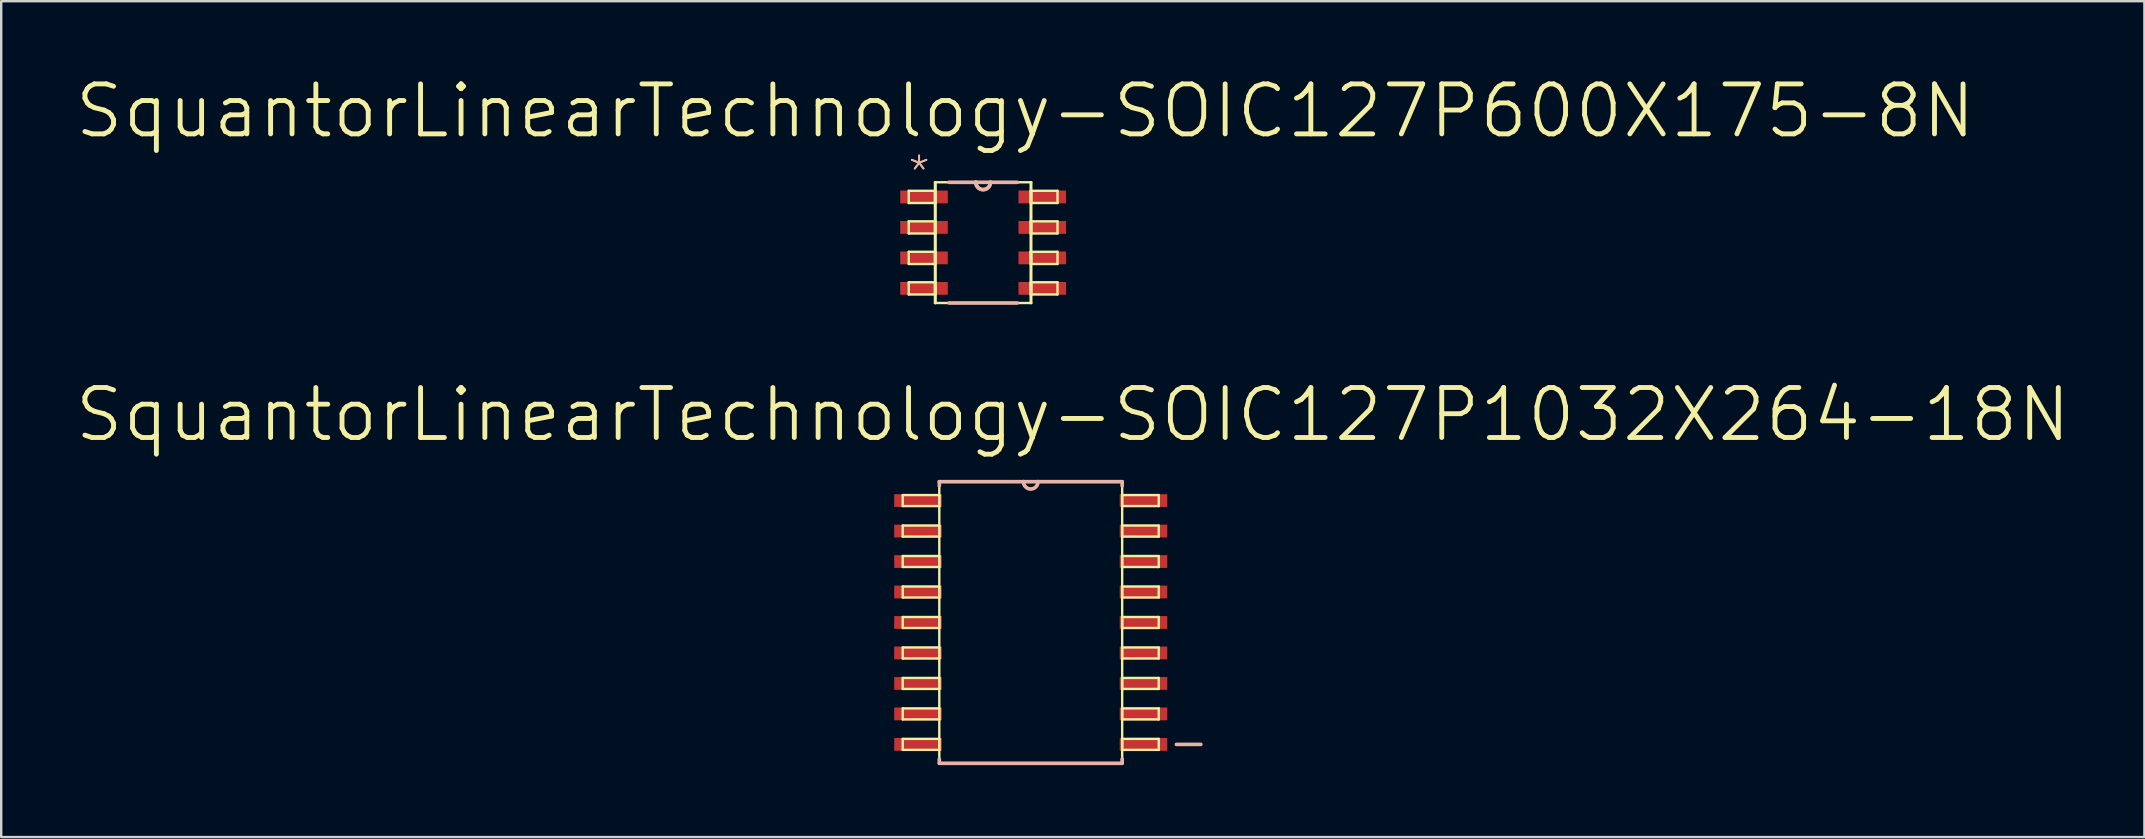
<source format=kicad_pcb>
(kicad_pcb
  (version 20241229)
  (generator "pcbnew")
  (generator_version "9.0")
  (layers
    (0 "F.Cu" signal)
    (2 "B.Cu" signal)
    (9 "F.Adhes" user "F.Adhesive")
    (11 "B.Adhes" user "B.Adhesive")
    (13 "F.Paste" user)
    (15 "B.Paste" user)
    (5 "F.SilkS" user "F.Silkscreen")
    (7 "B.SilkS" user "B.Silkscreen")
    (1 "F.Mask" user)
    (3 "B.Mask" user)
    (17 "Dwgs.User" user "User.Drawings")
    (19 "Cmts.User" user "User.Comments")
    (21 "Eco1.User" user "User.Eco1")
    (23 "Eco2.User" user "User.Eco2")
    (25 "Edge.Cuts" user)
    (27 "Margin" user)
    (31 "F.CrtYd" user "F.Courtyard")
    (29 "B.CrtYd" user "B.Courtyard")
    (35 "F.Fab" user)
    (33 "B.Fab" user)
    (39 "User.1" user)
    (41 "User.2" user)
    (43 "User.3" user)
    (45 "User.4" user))
  (footprint "SquantorLinearTechnology-SOIC127P1032X264-18N"
    (layer "F.Cu")
    (at 39.901 22.889)
    (property "Reference" "SquantorLinearTechnology-SOIC127P1032X264-18N" (at 1.753 -8.661 0) (layer "F.SilkS") (effects (font (size 2.083 2.083) (thickness 0.203))))
    (attr smd)
    (fp_line (start -5.334 -5.309) (end -5.334 -4.851) (stroke (width 0.1) (type solid)) (layer "F.SilkS"))
    (fp_line (start -5.334 -4.851) (end -3.81 -4.851) (stroke (width 0.1) (type solid)) (layer "F.SilkS"))
    (fp_line (start -5.334 -4.039) (end -5.334 -3.579) (stroke (width 0.1) (type solid)) (layer "F.SilkS"))
    (fp_line (start -5.334 -3.579) (end -3.81 -3.579) (stroke (width 0.1) (type solid)) (layer "F.SilkS"))
    (fp_line (start -5.334 -2.769) (end -5.334 -2.311) (stroke (width 0.1) (type solid)) (layer "F.SilkS"))
    (fp_line (start -5.334 -2.311) (end -3.81 -2.311) (stroke (width 0.1) (type solid)) (layer "F.SilkS"))
    (fp_line (start -5.334 -1.499) (end -5.334 -1.041) (stroke (width 0.1) (type solid)) (layer "F.SilkS"))
    (fp_line (start -5.334 -1.041) (end -3.81 -1.041) (stroke (width 0.1) (type solid)) (layer "F.SilkS"))
    (fp_line (start -5.334 -0.229) (end -5.334 0.229) (stroke (width 0.1) (type solid)) (layer "F.SilkS"))
    (fp_line (start -5.334 0.229) (end -3.81 0.229) (stroke (width 0.1) (type solid)) (layer "F.SilkS"))
    (fp_line (start -5.334 1.041) (end -5.334 1.499) (stroke (width 0.1) (type solid)) (layer "F.SilkS"))
    (fp_line (start -5.334 1.499) (end -3.81 1.499) (stroke (width 0.1) (type solid)) (layer "F.SilkS"))
    (fp_line (start -5.334 2.311) (end -5.334 2.769) (stroke (width 0.1) (type solid)) (layer "F.SilkS"))
    (fp_line (start -5.334 2.769) (end -3.81 2.769) (stroke (width 0.1) (type solid)) (layer "F.SilkS"))
    (fp_line (start -5.334 3.579) (end -5.334 4.039) (stroke (width 0.1) (type solid)) (layer "F.SilkS"))
    (fp_line (start -5.334 4.039) (end -3.81 4.039) (stroke (width 0.1) (type solid)) (layer "F.SilkS"))
    (fp_line (start -5.334 4.851) (end -5.334 5.309) (stroke (width 0.1) (type solid)) (layer "F.SilkS"))
    (fp_line (start -5.334 5.309) (end -3.81 5.309) (stroke (width 0.1) (type solid)) (layer "F.SilkS"))
    (fp_line (start -3.81 -5.867) (end -3.81 5.867) (stroke (width 0.1) (type solid)) (layer "F.SilkS"))
    (fp_line (start -3.81 -5.309) (end -5.334 -5.309) (stroke (width 0.1) (type solid)) (layer "F.SilkS"))
    (fp_line (start -3.81 -4.851) (end -3.81 -5.309) (stroke (width 0.1) (type solid)) (layer "F.SilkS"))
    (fp_line (start -3.81 -4.039) (end -5.334 -4.039) (stroke (width 0.1) (type solid)) (layer "F.SilkS"))
    (fp_line (start -3.81 -3.579) (end -3.81 -4.039) (stroke (width 0.1) (type solid)) (layer "F.SilkS"))
    (fp_line (start -3.81 -2.769) (end -5.334 -2.769) (stroke (width 0.1) (type solid)) (layer "F.SilkS"))
    (fp_line (start -3.81 -2.311) (end -3.81 -2.769) (stroke (width 0.1) (type solid)) (layer "F.SilkS"))
    (fp_line (start -3.81 -1.499) (end -5.334 -1.499) (stroke (width 0.1) (type solid)) (layer "F.SilkS"))
    (fp_line (start -3.81 -1.041) (end -3.81 -1.499) (stroke (width 0.1) (type solid)) (layer "F.SilkS"))
    (fp_line (start -3.81 -0.229) (end -5.334 -0.229) (stroke (width 0.1) (type solid)) (layer "F.SilkS"))
    (fp_line (start -3.81 0.229) (end -3.81 -0.229) (stroke (width 0.1) (type solid)) (layer "F.SilkS"))
    (fp_line (start -3.81 1.041) (end -5.334 1.041) (stroke (width 0.1) (type solid)) (layer "F.SilkS"))
    (fp_line (start -3.81 1.499) (end -3.81 1.041) (stroke (width 0.1) (type solid)) (layer "F.SilkS"))
    (fp_line (start -3.81 2.311) (end -5.334 2.311) (stroke (width 0.1) (type solid)) (layer "F.SilkS"))
    (fp_line (start -3.81 2.769) (end -3.81 2.311) (stroke (width 0.1) (type solid)) (layer "F.SilkS"))
    (fp_line (start -3.81 3.579) (end -5.334 3.579) (stroke (width 0.1) (type solid)) (layer "F.SilkS"))
    (fp_line (start -3.81 4.039) (end -3.81 3.579) (stroke (width 0.1) (type solid)) (layer "F.SilkS"))
    (fp_line (start -3.81 4.851) (end -5.334 4.851) (stroke (width 0.1) (type solid)) (layer "F.SilkS"))
    (fp_line (start -3.81 5.309) (end -3.81 4.851) (stroke (width 0.1) (type solid)) (layer "F.SilkS"))
    (fp_line (start -3.81 5.867) (end 3.81 5.867) (stroke (width 0.1) (type solid)) (layer "F.SilkS"))
    (fp_line (start -0.305 -5.867) (end -3.81 -5.867) (stroke (width 0.1) (type solid)) (layer "F.SilkS"))
    (fp_line (start 0.305 -5.867) (end -0.305 -5.867) (stroke (width 0.1) (type solid)) (layer "F.SilkS"))
    (fp_line (start 3.81 -5.867) (end 0.305 -5.867) (stroke (width 0.1) (type solid)) (layer "F.SilkS"))
    (fp_line (start 3.81 -5.309) (end 3.81 -4.851) (stroke (width 0.1) (type solid)) (layer "F.SilkS"))
    (fp_line (start 3.81 -4.851) (end 5.334 -4.851) (stroke (width 0.1) (type solid)) (layer "F.SilkS"))
    (fp_line (start 3.81 -4.039) (end 3.81 -3.579) (stroke (width 0.1) (type solid)) (layer "F.SilkS"))
    (fp_line (start 3.81 -3.579) (end 5.334 -3.579) (stroke (width 0.1) (type solid)) (layer "F.SilkS"))
    (fp_line (start 3.81 -2.769) (end 3.81 -2.311) (stroke (width 0.1) (type solid)) (layer "F.SilkS"))
    (fp_line (start 3.81 -2.311) (end 5.334 -2.311) (stroke (width 0.1) (type solid)) (layer "F.SilkS"))
    (fp_line (start 3.81 -1.499) (end 3.81 -1.041) (stroke (width 0.1) (type solid)) (layer "F.SilkS"))
    (fp_line (start 3.81 -1.041) (end 5.334 -1.041) (stroke (width 0.1) (type solid)) (layer "F.SilkS"))
    (fp_line (start 3.81 -0.229) (end 3.81 0.229) (stroke (width 0.1) (type solid)) (layer "F.SilkS"))
    (fp_line (start 3.81 0.229) (end 5.334 0.229) (stroke (width 0.1) (type solid)) (layer "F.SilkS"))
    (fp_line (start 3.81 1.041) (end 3.81 1.499) (stroke (width 0.1) (type solid)) (layer "F.SilkS"))
    (fp_line (start 3.81 1.499) (end 5.334 1.499) (stroke (width 0.1) (type solid)) (layer "F.SilkS"))
    (fp_line (start 3.81 2.311) (end 3.81 2.769) (stroke (width 0.1) (type solid)) (layer "F.SilkS"))
    (fp_line (start 3.81 2.769) (end 5.334 2.769) (stroke (width 0.1) (type solid)) (layer "F.SilkS"))
    (fp_line (start 3.81 3.579) (end 3.81 4.039) (stroke (width 0.1) (type solid)) (layer "F.SilkS"))
    (fp_line (start 3.81 4.039) (end 5.334 4.039) (stroke (width 0.1) (type solid)) (layer "F.SilkS"))
    (fp_line (start 3.81 4.851) (end 3.81 5.309) (stroke (width 0.1) (type solid)) (layer "F.SilkS"))
    (fp_line (start 3.81 5.309) (end 5.334 5.309) (stroke (width 0.1) (type solid)) (layer "F.SilkS"))
    (fp_line (start 3.81 5.867) (end 3.81 -5.867) (stroke (width 0.1) (type solid)) (layer "F.SilkS"))
    (fp_line (start 5.334 -5.309) (end 3.81 -5.309) (stroke (width 0.1) (type solid)) (layer "F.SilkS"))
    (fp_line (start 5.334 -4.851) (end 5.334 -5.309) (stroke (width 0.1) (type solid)) (layer "F.SilkS"))
    (fp_line (start 5.334 -4.039) (end 3.81 -4.039) (stroke (width 0.1) (type solid)) (layer "F.SilkS"))
    (fp_line (start 5.334 -3.579) (end 5.334 -4.039) (stroke (width 0.1) (type solid)) (layer "F.SilkS"))
    (fp_line (start 5.334 -2.769) (end 3.81 -2.769) (stroke (width 0.1) (type solid)) (layer "F.SilkS"))
    (fp_line (start 5.334 -2.311) (end 5.334 -2.769) (stroke (width 0.1) (type solid)) (layer "F.SilkS"))
    (fp_line (start 5.334 -1.499) (end 3.81 -1.499) (stroke (width 0.1) (type solid)) (layer "F.SilkS"))
    (fp_line (start 5.334 -1.041) (end 5.334 -1.499) (stroke (width 0.1) (type solid)) (layer "F.SilkS"))
    (fp_line (start 5.334 -0.229) (end 3.81 -0.229) (stroke (width 0.1) (type solid)) (layer "F.SilkS"))
    (fp_line (start 5.334 0.229) (end 5.334 -0.229) (stroke (width 0.1) (type solid)) (layer "F.SilkS"))
    (fp_line (start 5.334 1.041) (end 3.81 1.041) (stroke (width 0.1) (type solid)) (layer "F.SilkS"))
    (fp_line (start 5.334 1.499) (end 5.334 1.041) (stroke (width 0.1) (type solid)) (layer "F.SilkS"))
    (fp_line (start 5.334 2.311) (end 3.81 2.311) (stroke (width 0.1) (type solid)) (layer "F.SilkS"))
    (fp_line (start 5.334 2.769) (end 5.334 2.311) (stroke (width 0.1) (type solid)) (layer "F.SilkS"))
    (fp_line (start 5.334 3.579) (end 3.81 3.579) (stroke (width 0.1) (type solid)) (layer "F.SilkS"))
    (fp_line (start 5.334 4.039) (end 5.334 3.579) (stroke (width 0.1) (type solid)) (layer "F.SilkS"))
    (fp_line (start 5.334 4.851) (end 3.81 4.851) (stroke (width 0.1) (type solid)) (layer "F.SilkS"))
    (fp_line (start 5.334 5.309) (end 5.334 4.851) (stroke (width 0.1) (type solid)) (layer "F.SilkS"))
    (fp_arc (start 0.3048 -5.8674) (mid 0 -5.5626) (end -0.3048 -5.8674) (stroke (width 0.1) (type solid)) (layer "F.SilkS"))
    (fp_line (start -3.81 -5.867) (end -3.81 -5.69) (stroke (width 0.152) (type solid)) (layer "B.SilkS"))
    (fp_line (start -3.81 5.69) (end -3.81 5.867) (stroke (width 0.152) (type solid)) (layer "B.SilkS"))
    (fp_line (start -3.81 5.867) (end 3.81 5.867) (stroke (width 0.152) (type solid)) (layer "B.SilkS"))
    (fp_line (start -0.305 -5.867) (end -3.81 -5.867) (stroke (width 0.152) (type solid)) (layer "B.SilkS"))
    (fp_line (start 0.305 -5.867) (end -0.305 -5.867) (stroke (width 0.152) (type solid)) (layer "B.SilkS"))
    (fp_line (start 3.81 -5.867) (end 0.305 -5.867) (stroke (width 0.152) (type solid)) (layer "B.SilkS"))
    (fp_line (start 3.81 -5.69) (end 3.81 -5.867) (stroke (width 0.152) (type solid)) (layer "B.SilkS"))
    (fp_line (start 3.81 5.867) (end 3.81 5.69) (stroke (width 0.152) (type solid)) (layer "B.SilkS"))
    (fp_line (start 6.071 5.08) (end 7.087 5.08) (stroke (width 0.152) (type solid)) (layer "B.SilkS"))
    (fp_arc (start 0.3048 -5.8674) (mid 0 -5.5626) (end -0.3048 -5.8674) (stroke (width 0.1524) (type solid)) (layer "B.SilkS"))
    (pad "1" smd rect (at -4.699 -5.08) (size 1.981 0.533) (layers "F.Cu" "F.Mask" "F.Paste"))
    (pad "2" smd rect (at -4.699 -3.81) (size 1.981 0.533) (layers "F.Cu" "F.Mask" "F.Paste"))
    (pad "3" smd rect (at -4.699 -2.54) (size 1.981 0.533) (layers "F.Cu" "F.Mask" "F.Paste"))
    (pad "4" smd rect (at -4.699 -1.27) (size 1.981 0.533) (layers "F.Cu" "F.Mask" "F.Paste"))
    (pad "5" smd rect (at -4.699 0) (size 1.981 0.533) (layers "F.Cu" "F.Mask" "F.Paste"))
    (pad "6" smd rect (at -4.699 1.27) (size 1.981 0.533) (layers "F.Cu" "F.Mask" "F.Paste"))
    (pad "7" smd rect (at -4.699 2.54) (size 1.981 0.533) (layers "F.Cu" "F.Mask" "F.Paste"))
    (pad "8" smd rect (at -4.699 3.81) (size 1.981 0.533) (layers "F.Cu" "F.Mask" "F.Paste"))
    (pad "9" smd rect (at -4.699 5.08) (size 1.981 0.533) (layers "F.Cu" "F.Mask" "F.Paste"))
    (pad "10" smd rect (at 4.699 5.08) (size 1.981 0.533) (layers "F.Cu" "F.Mask" "F.Paste"))
    (pad "11" smd rect (at 4.699 3.81) (size 1.981 0.533) (layers "F.Cu" "F.Mask" "F.Paste"))
    (pad "12" smd rect (at 4.699 2.54) (size 1.981 0.533) (layers "F.Cu" "F.Mask" "F.Paste"))
    (pad "13" smd rect (at 4.699 1.27) (size 1.981 0.533) (layers "F.Cu" "F.Mask" "F.Paste"))
    (pad "14" smd rect (at 4.699 0) (size 1.981 0.533) (layers "F.Cu" "F.Mask" "F.Paste"))
    (pad "15" smd rect (at 4.699 -1.27) (size 1.981 0.533) (layers "F.Cu" "F.Mask" "F.Paste"))
    (pad "16" smd rect (at 4.699 -2.54) (size 1.981 0.533) (layers "F.Cu" "F.Mask" "F.Paste"))
    (pad "17" smd rect (at 4.699 -3.81) (size 1.981 0.533) (layers "F.Cu" "F.Mask" "F.Paste"))
    (pad "18" smd rect (at 4.699 -5.08) (size 1.981 0.533) (layers "F.Cu" "F.Mask" "F.Paste")))
  (footprint "SquantorLinearTechnology-SOIC127P600X175-8N"
    (layer "F.Cu")
    (at 37.917 7.061)
    (property "Reference" "SquantorLinearTechnology-SOIC127P600X175-8N" (at 1.753 -5.486 0) (layer "F.SilkS") (effects (font (size 2.083 2.083) (thickness 0.203))))
    (attr smd)
    (fp_line (start -3.099 -2.159) (end -3.099 -1.651) (stroke (width 0.1) (type solid)) (layer "F.SilkS"))
    (fp_line (start -3.099 -1.651) (end -2.007 -1.651) (stroke (width 0.1) (type solid)) (layer "F.SilkS"))
    (fp_line (start -3.099 -0.889) (end -3.099 -0.381) (stroke (width 0.1) (type solid)) (layer "F.SilkS"))
    (fp_line (start -3.099 -0.381) (end -2.007 -0.381) (stroke (width 0.1) (type solid)) (layer "F.SilkS"))
    (fp_line (start -3.099 0.381) (end -3.099 0.889) (stroke (width 0.1) (type solid)) (layer "F.SilkS"))
    (fp_line (start -3.099 0.889) (end -2.007 0.889) (stroke (width 0.1) (type solid)) (layer "F.SilkS"))
    (fp_line (start -3.099 1.651) (end -3.099 2.159) (stroke (width 0.1) (type solid)) (layer "F.SilkS"))
    (fp_line (start -3.099 2.159) (end -2.007 2.159) (stroke (width 0.1) (type solid)) (layer "F.SilkS"))
    (fp_line (start -2.007 -2.515) (end -2.007 2.515) (stroke (width 0.1) (type solid)) (layer "F.SilkS"))
    (fp_line (start -2.007 -2.159) (end -3.099 -2.159) (stroke (width 0.1) (type solid)) (layer "F.SilkS"))
    (fp_line (start -2.007 -1.651) (end -2.007 -2.159) (stroke (width 0.1) (type solid)) (layer "F.SilkS"))
    (fp_line (start -2.007 -1.651) (end -1.981 -1.651) (stroke (width 0.1) (type solid)) (layer "F.SilkS"))
    (fp_line (start -2.007 -0.889) (end -3.099 -0.889) (stroke (width 0.1) (type solid)) (layer "F.SilkS"))
    (fp_line (start -2.007 -0.381) (end -2.007 -0.889) (stroke (width 0.1) (type solid)) (layer "F.SilkS"))
    (fp_line (start -2.007 -0.381) (end -1.981 -0.381) (stroke (width 0.1) (type solid)) (layer "F.SilkS"))
    (fp_line (start -2.007 0.381) (end -3.099 0.381) (stroke (width 0.1) (type solid)) (layer "F.SilkS"))
    (fp_line (start -2.007 0.889) (end -2.007 0.381) (stroke (width 0.1) (type solid)) (layer "F.SilkS"))
    (fp_line (start -2.007 0.889) (end -1.981 0.889) (stroke (width 0.1) (type solid)) (layer "F.SilkS"))
    (fp_line (start -2.007 1.651) (end -3.099 1.651) (stroke (width 0.1) (type solid)) (layer "F.SilkS"))
    (fp_line (start -2.007 2.159) (end -2.007 1.651) (stroke (width 0.1) (type solid)) (layer "F.SilkS"))
    (fp_line (start -2.007 2.159) (end -1.981 2.159) (stroke (width 0.1) (type solid)) (layer "F.SilkS"))
    (fp_line (start -2.007 2.515) (end -1.981 2.515) (stroke (width 0.1) (type solid)) (layer "F.SilkS"))
    (fp_line (start -1.981 -2.515) (end -2.007 -2.515) (stroke (width 0.1) (type solid)) (layer "F.SilkS"))
    (fp_line (start -1.981 -2.515) (end -1.981 2.515) (stroke (width 0.1) (type solid)) (layer "F.SilkS"))
    (fp_line (start -1.981 -2.159) (end -2.007 -2.159) (stroke (width 0.1) (type solid)) (layer "F.SilkS"))
    (fp_line (start -1.981 -1.651) (end -1.981 -2.159) (stroke (width 0.1) (type solid)) (layer "F.SilkS"))
    (fp_line (start -1.981 -0.889) (end -2.007 -0.889) (stroke (width 0.1) (type solid)) (layer "F.SilkS"))
    (fp_line (start -1.981 -0.381) (end -1.981 -0.889) (stroke (width 0.1) (type solid)) (layer "F.SilkS"))
    (fp_line (start -1.981 0.381) (end -2.007 0.381) (stroke (width 0.1) (type solid)) (layer "F.SilkS"))
    (fp_line (start -1.981 0.889) (end -1.981 0.381) (stroke (width 0.1) (type solid)) (layer "F.SilkS"))
    (fp_line (start -1.981 1.651) (end -2.007 1.651) (stroke (width 0.1) (type solid)) (layer "F.SilkS"))
    (fp_line (start -1.981 2.159) (end -1.981 1.651) (stroke (width 0.1) (type solid)) (layer "F.SilkS"))
    (fp_line (start -1.981 2.515) (end 1.981 2.515) (stroke (width 0.1) (type solid)) (layer "F.SilkS"))
    (fp_line (start -0.305 -2.515) (end -1.981 -2.515) (stroke (width 0.1) (type solid)) (layer "F.SilkS"))
    (fp_line (start 0.305 -2.515) (end -0.305 -2.515) (stroke (width 0.1) (type solid)) (layer "F.SilkS"))
    (fp_line (start 1.981 -2.515) (end 0.305 -2.515) (stroke (width 0.1) (type solid)) (layer "F.SilkS"))
    (fp_line (start 1.981 -2.159) (end 1.981 -1.651) (stroke (width 0.1) (type solid)) (layer "F.SilkS"))
    (fp_line (start 1.981 -1.651) (end 2.007 -1.651) (stroke (width 0.1) (type solid)) (layer "F.SilkS"))
    (fp_line (start 1.981 -0.889) (end 1.981 -0.381) (stroke (width 0.1) (type solid)) (layer "F.SilkS"))
    (fp_line (start 1.981 -0.381) (end 2.007 -0.381) (stroke (width 0.1) (type solid)) (layer "F.SilkS"))
    (fp_line (start 1.981 0.381) (end 1.981 0.889) (stroke (width 0.1) (type solid)) (layer "F.SilkS"))
    (fp_line (start 1.981 0.889) (end 2.007 0.889) (stroke (width 0.1) (type solid)) (layer "F.SilkS"))
    (fp_line (start 1.981 1.651) (end 1.981 2.159) (stroke (width 0.1) (type solid)) (layer "F.SilkS"))
    (fp_line (start 1.981 2.159) (end 2.007 2.159) (stroke (width 0.1) (type solid)) (layer "F.SilkS"))
    (fp_line (start 1.981 2.515) (end 1.981 -2.515) (stroke (width 0.1) (type solid)) (layer "F.SilkS"))
    (fp_line (start 1.981 2.515) (end 2.007 2.515) (stroke (width 0.1) (type solid)) (layer "F.SilkS"))
    (fp_line (start 2.007 -2.515) (end 1.981 -2.515) (stroke (width 0.1) (type solid)) (layer "F.SilkS"))
    (fp_line (start 2.007 -2.159) (end 1.981 -2.159) (stroke (width 0.1) (type solid)) (layer "F.SilkS"))
    (fp_line (start 2.007 -2.159) (end 2.007 -1.651) (stroke (width 0.1) (type solid)) (layer "F.SilkS"))
    (fp_line (start 2.007 -1.651) (end 3.099 -1.651) (stroke (width 0.1) (type solid)) (layer "F.SilkS"))
    (fp_line (start 2.007 -0.889) (end 1.981 -0.889) (stroke (width 0.1) (type solid)) (layer "F.SilkS"))
    (fp_line (start 2.007 -0.889) (end 2.007 -0.381) (stroke (width 0.1) (type solid)) (layer "F.SilkS"))
    (fp_line (start 2.007 -0.381) (end 3.099 -0.381) (stroke (width 0.1) (type solid)) (layer "F.SilkS"))
    (fp_line (start 2.007 0.381) (end 1.981 0.381) (stroke (width 0.1) (type solid)) (layer "F.SilkS"))
    (fp_line (start 2.007 0.381) (end 2.007 0.889) (stroke (width 0.1) (type solid)) (layer "F.SilkS"))
    (fp_line (start 2.007 0.889) (end 3.099 0.889) (stroke (width 0.1) (type solid)) (layer "F.SilkS"))
    (fp_line (start 2.007 1.651) (end 1.981 1.651) (stroke (width 0.1) (type solid)) (layer "F.SilkS"))
    (fp_line (start 2.007 1.651) (end 2.007 2.159) (stroke (width 0.1) (type solid)) (layer "F.SilkS"))
    (fp_line (start 2.007 2.159) (end 3.099 2.159) (stroke (width 0.1) (type solid)) (layer "F.SilkS"))
    (fp_line (start 2.007 2.515) (end 2.007 -2.515) (stroke (width 0.1) (type solid)) (layer "F.SilkS"))
    (fp_line (start 3.099 -2.159) (end 2.007 -2.159) (stroke (width 0.1) (type solid)) (layer "F.SilkS"))
    (fp_line (start 3.099 -1.651) (end 3.099 -2.159) (stroke (width 0.1) (type solid)) (layer "F.SilkS"))
    (fp_line (start 3.099 -0.889) (end 2.007 -0.889) (stroke (width 0.1) (type solid)) (layer "F.SilkS"))
    (fp_line (start 3.099 -0.381) (end 3.099 -0.889) (stroke (width 0.1) (type solid)) (layer "F.SilkS"))
    (fp_line (start 3.099 0.381) (end 2.007 0.381) (stroke (width 0.1) (type solid)) (layer "F.SilkS"))
    (fp_line (start 3.099 0.889) (end 3.099 0.381) (stroke (width 0.1) (type solid)) (layer "F.SilkS"))
    (fp_line (start 3.099 1.651) (end 2.007 1.651) (stroke (width 0.1) (type solid)) (layer "F.SilkS"))
    (fp_line (start 3.099 2.159) (end 3.099 1.651) (stroke (width 0.1) (type solid)) (layer "F.SilkS"))
    (fp_arc (start 0.3048 -2.5146) (mid 0 -2.2098) (end -0.3048 -2.5146) (stroke (width 0.1) (type solid)) (layer "F.SilkS"))
    (fp_arc (start 0.3048 -2.5146) (mid 0 -2.2098) (end -0.3048 -2.5146) (stroke (width 0.1) (type solid)) (layer "F.SilkS"))
    (fp_line (start -1.422 2.515) (end 1.422 2.515) (stroke (width 0.152) (type solid)) (layer "B.SilkS"))
    (fp_line (start -0.305 -2.515) (end -1.422 -2.515) (stroke (width 0.152) (type solid)) (layer "B.SilkS"))
    (fp_line (start 0.305 -2.515) (end -0.305 -2.515) (stroke (width 0.152) (type solid)) (layer "B.SilkS"))
    (fp_line (start 1.422 -2.515) (end 0.305 -2.515) (stroke (width 0.152) (type solid)) (layer "B.SilkS"))
    (fp_arc (start 0.3048 -2.5146) (mid 0 -2.2098) (end -0.3048 -2.5146) (stroke (width 0.1524) (type solid)) (layer "B.SilkS"))
    (fp_arc (start 0.3048 -2.5146) (mid 0 -2.2098) (end -0.3048 -2.5146) (stroke (width 0.1524) (type solid)) (layer "B.SilkS"))
    (fp_text user "*" (at -2.667 -2.946 0) (layer "F.SilkS") (effects (font (size 1.27 1.27) (thickness 0.076))))
    (fp_text user "*" (at -2.667 -2.946 0) (layer "B.SilkS") (effects (font (size 1.27 1.27) (thickness 0.076))))
    (pad "1" smd rect (at -2.464 -1.905) (size 1.981 0.533) (layers "F.Cu" "F.Mask" "F.Paste"))
    (pad "2" smd rect (at -2.464 -0.635) (size 1.981 0.533) (layers "F.Cu" "F.Mask" "F.Paste"))
    (pad "3" smd rect (at -2.464 0.635) (size 1.981 0.533) (layers "F.Cu" "F.Mask" "F.Paste"))
    (pad "4" smd rect (at -2.464 1.905) (size 1.981 0.533) (layers "F.Cu" "F.Mask" "F.Paste"))
    (pad "5" smd rect (at 2.464 1.905) (size 1.981 0.533) (layers "F.Cu" "F.Mask" "F.Paste"))
    (pad "6" smd rect (at 2.464 0.635) (size 1.981 0.533) (layers "F.Cu" "F.Mask" "F.Paste"))
    (pad "7" smd rect (at 2.464 -0.635) (size 1.981 0.533) (layers "F.Cu" "F.Mask" "F.Paste"))
    (pad "8" smd rect (at 2.464 -1.905) (size 1.981 0.533) (layers "F.Cu" "F.Mask" "F.Paste")))
  (gr_rect
    (start -3 -3)
    (end 86.307 31.832)
    (stroke (width 0.1) (type default))
    (fill no)
    (layer "Edge.Cuts")))
</source>
